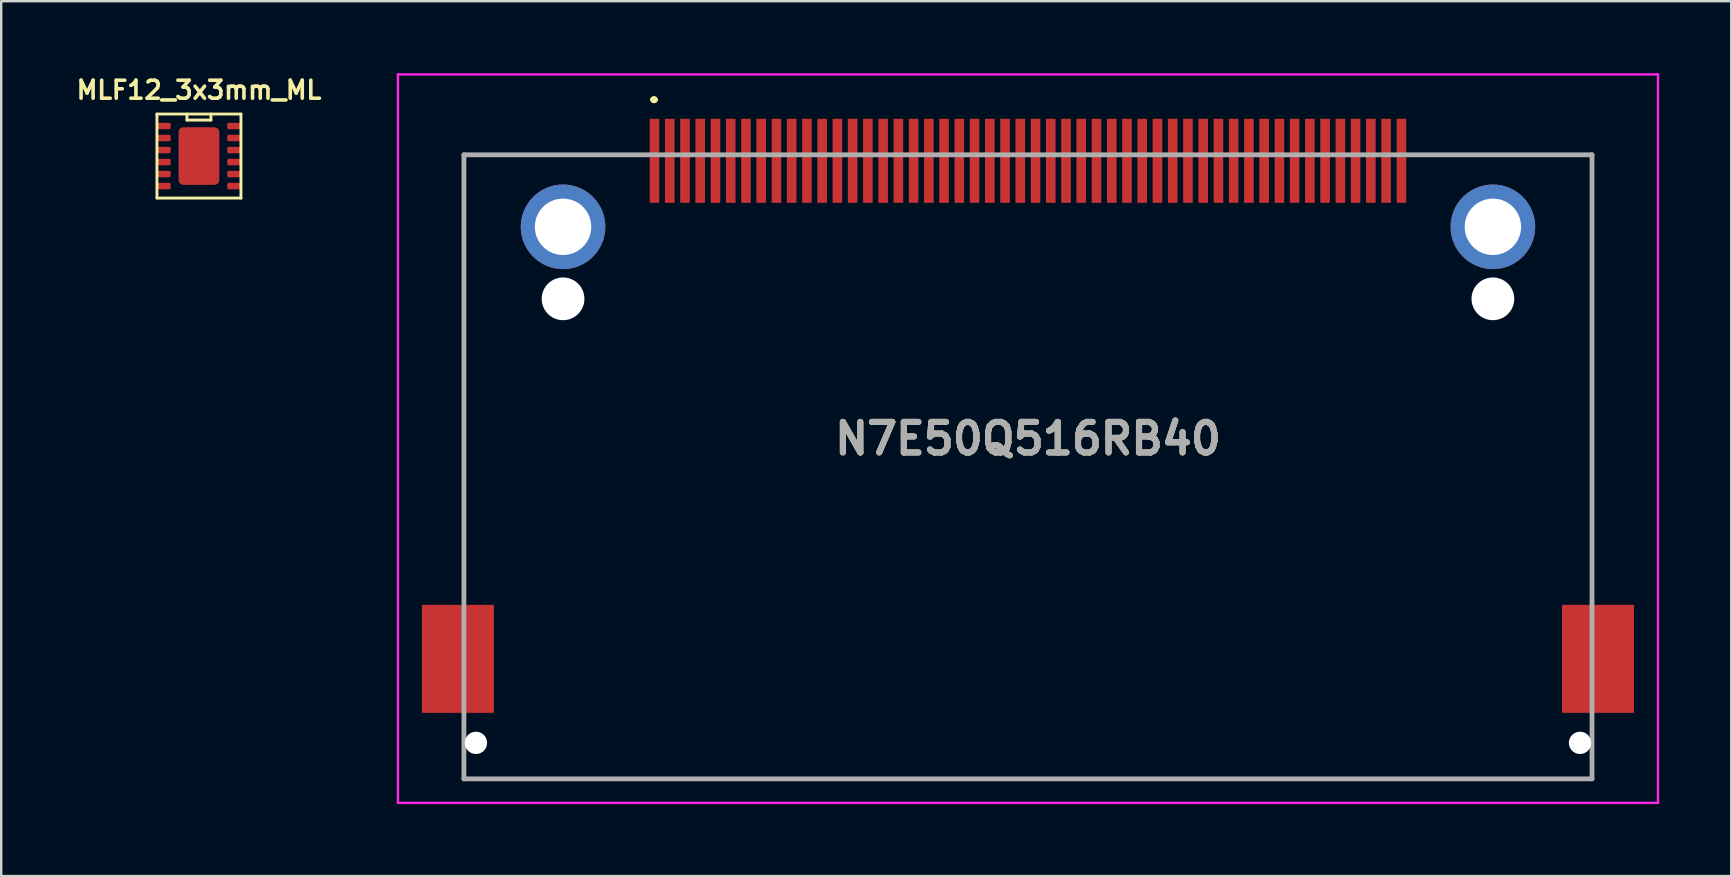
<source format=kicad_pcb>
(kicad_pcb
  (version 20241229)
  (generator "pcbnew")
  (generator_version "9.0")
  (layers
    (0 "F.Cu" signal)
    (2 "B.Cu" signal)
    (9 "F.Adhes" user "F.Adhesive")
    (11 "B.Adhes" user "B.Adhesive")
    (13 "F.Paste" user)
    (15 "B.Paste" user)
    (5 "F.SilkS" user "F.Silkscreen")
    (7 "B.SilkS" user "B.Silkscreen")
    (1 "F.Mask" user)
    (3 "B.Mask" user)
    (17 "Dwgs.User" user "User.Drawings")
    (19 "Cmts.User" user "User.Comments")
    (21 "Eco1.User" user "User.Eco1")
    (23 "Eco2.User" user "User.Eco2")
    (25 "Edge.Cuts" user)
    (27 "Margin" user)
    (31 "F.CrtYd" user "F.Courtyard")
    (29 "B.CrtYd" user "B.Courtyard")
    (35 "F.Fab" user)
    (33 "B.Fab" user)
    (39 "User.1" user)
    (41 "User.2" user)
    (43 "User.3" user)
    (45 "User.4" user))
  (footprint "MLF12_3x3mm_ML"
    (layer "F.Cu")
    (at 5.239 3.452)
    (property "Reference" "MLF12_3x3mm_ML" (at 0 -2.75 0) (layer "F.SilkS") (effects (font (size 0.75 0.75) (thickness 0.15))))
    (attr through_hole)
    (fp_line (start -1.75 -1.75) (end 1.75 -1.75) (stroke (width 0.12) (type solid)) (layer "F.SilkS"))
    (fp_line (start -1.75 1.75) (end -1.75 -1.75) (stroke (width 0.12) (type solid)) (layer "F.SilkS"))
    (fp_line (start -0.5 -1.75) (end -0.5 -1.5) (stroke (width 0.12) (type solid)) (layer "F.SilkS"))
    (fp_line (start -0.5 -1.5) (end 0.5 -1.5) (stroke (width 0.12) (type solid)) (layer "F.SilkS"))
    (fp_line (start 0.5 -1.5) (end 0.5 -1.75) (stroke (width 0.12) (type solid)) (layer "F.SilkS"))
    (fp_line (start 1.75 -1.75) (end 1.75 1.75) (stroke (width 0.12) (type solid)) (layer "F.SilkS"))
    (fp_line (start 1.75 1.75) (end -1.75 1.75) (stroke (width 0.12) (type solid)) (layer "F.SilkS"))
    (pad "1" smd roundrect (at -1.45 -1.25) (size 0.55 0.27) (layers "F.Cu" "F.Mask" "F.Paste") (roundrect_rratio 0.25))
    (pad "2" smd roundrect (at -1.45 -0.75) (size 0.55 0.27) (layers "F.Cu" "F.Mask" "F.Paste") (roundrect_rratio 0.25))
    (pad "3" smd roundrect (at -1.45 -0.25) (size 0.55 0.27) (layers "F.Cu" "F.Mask" "F.Paste") (roundrect_rratio 0.25))
    (pad "4" smd roundrect (at -1.45 0.25) (size 0.55 0.27) (layers "F.Cu" "F.Mask" "F.Paste") (roundrect_rratio 0.25))
    (pad "5" smd roundrect (at -1.45 0.75) (size 0.55 0.27) (layers "F.Cu" "F.Mask" "F.Paste") (roundrect_rratio 0.25))
    (pad "6" smd roundrect (at -1.45 1.25) (size 0.55 0.27) (layers "F.Cu" "F.Mask" "F.Paste") (roundrect_rratio 0.25))
    (pad "7" smd roundrect (at 1.45 1.25) (size 0.55 0.27) (layers "F.Cu" "F.Mask" "F.Paste") (roundrect_rratio 0.25))
    (pad "8" smd roundrect (at 1.45 0.75) (size 0.55 0.27) (layers "F.Cu" "F.Mask" "F.Paste") (roundrect_rratio 0.25))
    (pad "9" smd roundrect (at 1.45 0.25) (size 0.55 0.27) (layers "F.Cu" "F.Mask" "F.Paste") (roundrect_rratio 0.25))
    (pad "10" smd roundrect (at 1.45 -0.25) (size 0.55 0.27) (layers "F.Cu" "F.Mask" "F.Paste") (roundrect_rratio 0.25))
    (pad "11" smd roundrect (at 1.45 -0.75) (size 0.55 0.27) (layers "F.Cu" "F.Mask" "F.Paste") (roundrect_rratio 0.25))
    (pad "12" smd roundrect (at 1.45 -1.25) (size 0.55 0.27) (layers "F.Cu" "F.Mask" "F.Paste") (roundrect_rratio 0.25))
    (pad "13" smd roundrect (at 0 0) (size 1.7 2.4) (layers "F.Cu" "F.Mask" "F.Paste") (roundrect_rratio 0.118)))
  (footprint "N7E50Q516RB40"
    (layer "F.Cu")
    (at 39.779 6.4)
    (property "Reference" "N7E50Q516RB40" (at 0 8.825 0) (layer "F.SilkS") (effects (font (size 1.27 1.27) (thickness 0.254))))
    (attr through_hole)
    (fp_line (start -23.5 -3) (end -23.5 -3) (stroke (width 0.1) (type solid)) (layer "F.SilkS"))
    (fp_line (start -23.5 -3) (end -23.5 -3) (stroke (width 0.1) (type solid)) (layer "F.SilkS"))
    (fp_line (start -23.5 -3) (end -23.5 15) (stroke (width 0.1) (type solid)) (layer "F.SilkS"))
    (fp_line (start -23.5 -3) (end -16.38 -3) (stroke (width 0.1) (type solid)) (layer "F.SilkS"))
    (fp_line (start -23.5 15) (end -23.5 -3) (stroke (width 0.1) (type solid)) (layer "F.SilkS"))
    (fp_line (start -23.5 15) (end -23.5 15) (stroke (width 0.1) (type solid)) (layer "F.SilkS"))
    (fp_line (start -23.5 23) (end -23.5 23) (stroke (width 0.1) (type solid)) (layer "F.SilkS"))
    (fp_line (start -23.5 23) (end 23.5 23) (stroke (width 0.1) (type solid)) (layer "F.SilkS"))
    (fp_line (start -16.38 -3) (end -23.5 -3) (stroke (width 0.1) (type solid)) (layer "F.SilkS"))
    (fp_line (start -16.38 -3) (end -16.38 -3) (stroke (width 0.1) (type solid)) (layer "F.SilkS"))
    (fp_line (start -15.63 -5.3) (end -15.63 -5.3) (stroke (width 0.2) (type solid)) (layer "F.SilkS"))
    (fp_line (start -15.63 -5.3) (end -15.63 -5.3) (stroke (width 0.2) (type solid)) (layer "F.SilkS"))
    (fp_line (start -15.53 -5.3) (end -15.53 -5.3) (stroke (width 0.2) (type solid)) (layer "F.SilkS"))
    (fp_line (start 16.37 -3) (end 16.37 -3) (stroke (width 0.1) (type solid)) (layer "F.SilkS"))
    (fp_line (start 16.37 -3) (end 23.5 -3) (stroke (width 0.1) (type solid)) (layer "F.SilkS"))
    (fp_line (start 23.5 -3) (end 16.37 -3) (stroke (width 0.1) (type solid)) (layer "F.SilkS"))
    (fp_line (start 23.5 -3) (end 23.5 -3) (stroke (width 0.1) (type solid)) (layer "F.SilkS"))
    (fp_line (start 23.5 -3) (end 23.5 -3) (stroke (width 0.1) (type solid)) (layer "F.SilkS"))
    (fp_line (start 23.5 -3) (end 23.5 15) (stroke (width 0.1) (type solid)) (layer "F.SilkS"))
    (fp_line (start 23.5 15) (end 23.5 -3) (stroke (width 0.1) (type solid)) (layer "F.SilkS"))
    (fp_line (start 23.5 15) (end 23.5 15) (stroke (width 0.1) (type solid)) (layer "F.SilkS"))
    (fp_line (start 23.5 23) (end -23.5 23) (stroke (width 0.1) (type solid)) (layer "F.SilkS"))
    (fp_line (start 23.5 23) (end 23.5 23) (stroke (width 0.1) (type solid)) (layer "F.SilkS"))
    (fp_arc (start -15.63 -5.3) (mid -15.58 -5.35) (end -15.53 -5.3) (stroke (width 0.2) (type solid)) (layer "F.SilkS"))
    (fp_arc (start -15.53 -5.3) (mid -15.58 -5.25) (end -15.63 -5.3) (stroke (width 0.2) (type solid)) (layer "F.SilkS"))
    (fp_arc (start -15.53 -5.3) (mid -15.58 -5.25) (end -15.63 -5.3) (stroke (width 0.2) (type solid)) (layer "F.SilkS"))
    (fp_line (start -26.25 -6.35) (end 26.25 -6.35) (stroke (width 0.1) (type solid)) (layer "F.CrtYd"))
    (fp_line (start -26.25 24) (end -26.25 -6.35) (stroke (width 0.1) (type solid)) (layer "F.CrtYd"))
    (fp_line (start 26.25 -6.35) (end 26.25 24) (stroke (width 0.1) (type solid)) (layer "F.CrtYd"))
    (fp_line (start 26.25 24) (end -26.25 24) (stroke (width 0.1) (type solid)) (layer "F.CrtYd"))
    (fp_line (start -23.5 -3) (end -23.5 23) (stroke (width 0.2) (type solid)) (layer "F.Fab"))
    (fp_line (start -23.5 23) (end 23.5 23) (stroke (width 0.2) (type solid)) (layer "F.Fab"))
    (fp_line (start 23.5 -3) (end -23.5 -3) (stroke (width 0.2) (type solid)) (layer "F.Fab"))
    (fp_line (start 23.5 23) (end 23.5 -3) (stroke (width 0.2) (type solid)) (layer "F.Fab"))
    (fp_text user "${REFERENCE}" (at 0 8.825 0) (layer "F.Fab") (effects (font (size 1.27 1.27) (thickness 0.254))))
    (pad "" np_thru_hole circle (at -23 21.5) (size 0.93 0.93) (drill 0.93) (layers "*.Cu" "*.Mask"))
    (pad "" np_thru_hole circle (at -19.37 3) (size 1.78 1.78) (drill 1.78) (layers "*.Cu" "*.Mask"))
    (pad "" np_thru_hole circle (at 19.37 3) (size 1.78 1.78) (drill 1.78) (layers "*.Cu" "*.Mask"))
    (pad "" np_thru_hole circle (at 23 21.5) (size 0.93 0.93) (drill 0.93) (layers "*.Cu" "*.Mask"))
    (pad "1" smd rect (at -15.56 -2.75) (size 0.4 3.5) (layers "F.Cu" "F.Mask" "F.Paste"))
    (pad "2" smd rect (at -14.29 -2.75) (size 0.4 3.5) (layers "F.Cu" "F.Mask" "F.Paste"))
    (pad "3" smd rect (at -13.02 -2.75) (size 0.4 3.5) (layers "F.Cu" "F.Mask" "F.Paste"))
    (pad "4" smd rect (at -11.75 -2.75) (size 0.4 3.5) (layers "F.Cu" "F.Mask" "F.Paste"))
    (pad "5" smd rect (at -10.48 -2.75) (size 0.4 3.5) (layers "F.Cu" "F.Mask" "F.Paste"))
    (pad "6" smd rect (at -9.21 -2.75) (size 0.4 3.5) (layers "F.Cu" "F.Mask" "F.Paste"))
    (pad "7" smd rect (at -7.94 -2.75) (size 0.4 3.5) (layers "F.Cu" "F.Mask" "F.Paste"))
    (pad "8" smd rect (at -6.67 -2.75) (size 0.4 3.5) (layers "F.Cu" "F.Mask" "F.Paste"))
    (pad "9" smd rect (at -5.4 -2.75) (size 0.4 3.5) (layers "F.Cu" "F.Mask" "F.Paste"))
    (pad "10" smd rect (at -4.13 -2.75) (size 0.4 3.5) (layers "F.Cu" "F.Mask" "F.Paste"))
    (pad "11" smd rect (at -2.86 -2.75) (size 0.4 3.5) (layers "F.Cu" "F.Mask" "F.Paste"))
    (pad "12" smd rect (at -1.59 -2.75) (size 0.4 3.5) (layers "F.Cu" "F.Mask" "F.Paste"))
    (pad "13" smd rect (at -0.32 -2.75) (size 0.4 3.5) (layers "F.Cu" "F.Mask" "F.Paste"))
    (pad "14" smd rect (at 0.95 -2.75) (size 0.4 3.5) (layers "F.Cu" "F.Mask" "F.Paste"))
    (pad "15" smd rect (at 2.22 -2.75) (size 0.4 3.5) (layers "F.Cu" "F.Mask" "F.Paste"))
    (pad "16" smd rect (at 3.49 -2.75) (size 0.4 3.5) (layers "F.Cu" "F.Mask" "F.Paste"))
    (pad "17" smd rect (at 4.76 -2.75) (size 0.4 3.5) (layers "F.Cu" "F.Mask" "F.Paste"))
    (pad "18" smd rect (at 6.03 -2.75) (size 0.4 3.5) (layers "F.Cu" "F.Mask" "F.Paste"))
    (pad "19" smd rect (at 7.3 -2.75) (size 0.4 3.5) (layers "F.Cu" "F.Mask" "F.Paste"))
    (pad "20" smd rect (at 8.57 -2.75) (size 0.4 3.5) (layers "F.Cu" "F.Mask" "F.Paste"))
    (pad "21" smd rect (at 9.84 -2.75) (size 0.4 3.5) (layers "F.Cu" "F.Mask" "F.Paste"))
    (pad "22" smd rect (at 11.11 -2.75) (size 0.4 3.5) (layers "F.Cu" "F.Mask" "F.Paste"))
    (pad "23" smd rect (at 12.38 -2.75) (size 0.4 3.5) (layers "F.Cu" "F.Mask" "F.Paste"))
    (pad "24" smd rect (at 13.65 -2.75) (size 0.4 3.5) (layers "F.Cu" "F.Mask" "F.Paste"))
    (pad "25" smd rect (at 14.92 -2.75) (size 0.4 3.5) (layers "F.Cu" "F.Mask" "F.Paste"))
    (pad "26" smd rect (at -14.925 -2.75) (size 0.4 3.5) (layers "F.Cu" "F.Mask" "F.Paste"))
    (pad "27" smd rect (at -13.655 -2.75) (size 0.4 3.5) (layers "F.Cu" "F.Mask" "F.Paste"))
    (pad "28" smd rect (at -12.385 -2.75) (size 0.4 3.5) (layers "F.Cu" "F.Mask" "F.Paste"))
    (pad "29" smd rect (at -11.115 -2.75) (size 0.4 3.5) (layers "F.Cu" "F.Mask" "F.Paste"))
    (pad "30" smd rect (at -9.845 -2.75) (size 0.4 3.5) (layers "F.Cu" "F.Mask" "F.Paste"))
    (pad "31" smd rect (at -8.575 -2.75) (size 0.4 3.5) (layers "F.Cu" "F.Mask" "F.Paste"))
    (pad "32" smd rect (at -7.305 -2.75) (size 0.4 3.5) (layers "F.Cu" "F.Mask" "F.Paste"))
    (pad "33" smd rect (at -6.035 -2.75) (size 0.4 3.5) (layers "F.Cu" "F.Mask" "F.Paste"))
    (pad "34" smd rect (at -4.765 -2.75) (size 0.4 3.5) (layers "F.Cu" "F.Mask" "F.Paste"))
    (pad "35" smd rect (at -3.495 -2.75) (size 0.4 3.5) (layers "F.Cu" "F.Mask" "F.Paste"))
    (pad "36" smd rect (at -2.225 -2.75) (size 0.4 3.5) (layers "F.Cu" "F.Mask" "F.Paste"))
    (pad "37" smd rect (at -0.955 -2.75) (size 0.4 3.5) (layers "F.Cu" "F.Mask" "F.Paste"))
    (pad "38" smd rect (at 0.315 -2.75) (size 0.4 3.5) (layers "F.Cu" "F.Mask" "F.Paste"))
    (pad "39" smd rect (at 1.585 -2.75) (size 0.4 3.5) (layers "F.Cu" "F.Mask" "F.Paste"))
    (pad "40" smd rect (at 2.855 -2.75) (size 0.4 3.5) (layers "F.Cu" "F.Mask" "F.Paste"))
    (pad "41" smd rect (at 4.125 -2.75) (size 0.4 3.5) (layers "F.Cu" "F.Mask" "F.Paste"))
    (pad "42" smd rect (at 5.395 -2.75) (size 0.4 3.5) (layers "F.Cu" "F.Mask" "F.Paste"))
    (pad "43" smd rect (at 6.665 -2.75) (size 0.4 3.5) (layers "F.Cu" "F.Mask" "F.Paste"))
    (pad "44" smd rect (at 7.935 -2.75) (size 0.4 3.5) (layers "F.Cu" "F.Mask" "F.Paste"))
    (pad "45" smd rect (at 9.205 -2.75) (size 0.4 3.5) (layers "F.Cu" "F.Mask" "F.Paste"))
    (pad "46" smd rect (at 10.475 -2.75) (size 0.4 3.5) (layers "F.Cu" "F.Mask" "F.Paste"))
    (pad "47" smd rect (at 11.745 -2.75) (size 0.4 3.5) (layers "F.Cu" "F.Mask" "F.Paste"))
    (pad "48" smd rect (at 13.015 -2.75) (size 0.4 3.5) (layers "F.Cu" "F.Mask" "F.Paste"))
    (pad "49" smd rect (at 14.285 -2.75) (size 0.4 3.5) (layers "F.Cu" "F.Mask" "F.Paste"))
    (pad "50" smd rect (at 15.56 -2.75) (size 0.4 3.5) (layers "F.Cu" "F.Mask" "F.Paste"))
    (pad "MH1" thru_hole circle (at -19.37 0) (size 3.525 3.525) (drill 2.35) (layers "*.Cu" "*.Mask"))
    (pad "MH2" thru_hole circle (at 19.37 0) (size 3.525 3.525) (drill 2.35) (layers "*.Cu" "*.Mask"))
    (pad "MP1" smd rect (at -23.75 18) (size 3 4.5) (layers "F.Cu" "F.Mask" "F.Paste"))
    (pad "MP2" smd rect (at 23.75 18) (size 3 4.5) (layers "F.Cu" "F.Mask" "F.Paste")))
  (gr_rect
    (start -3 -3)
    (end 69.079 33.45)
    (stroke (width 0.1) (type default))
    (fill no)
    (layer "Edge.Cuts")))
</source>
